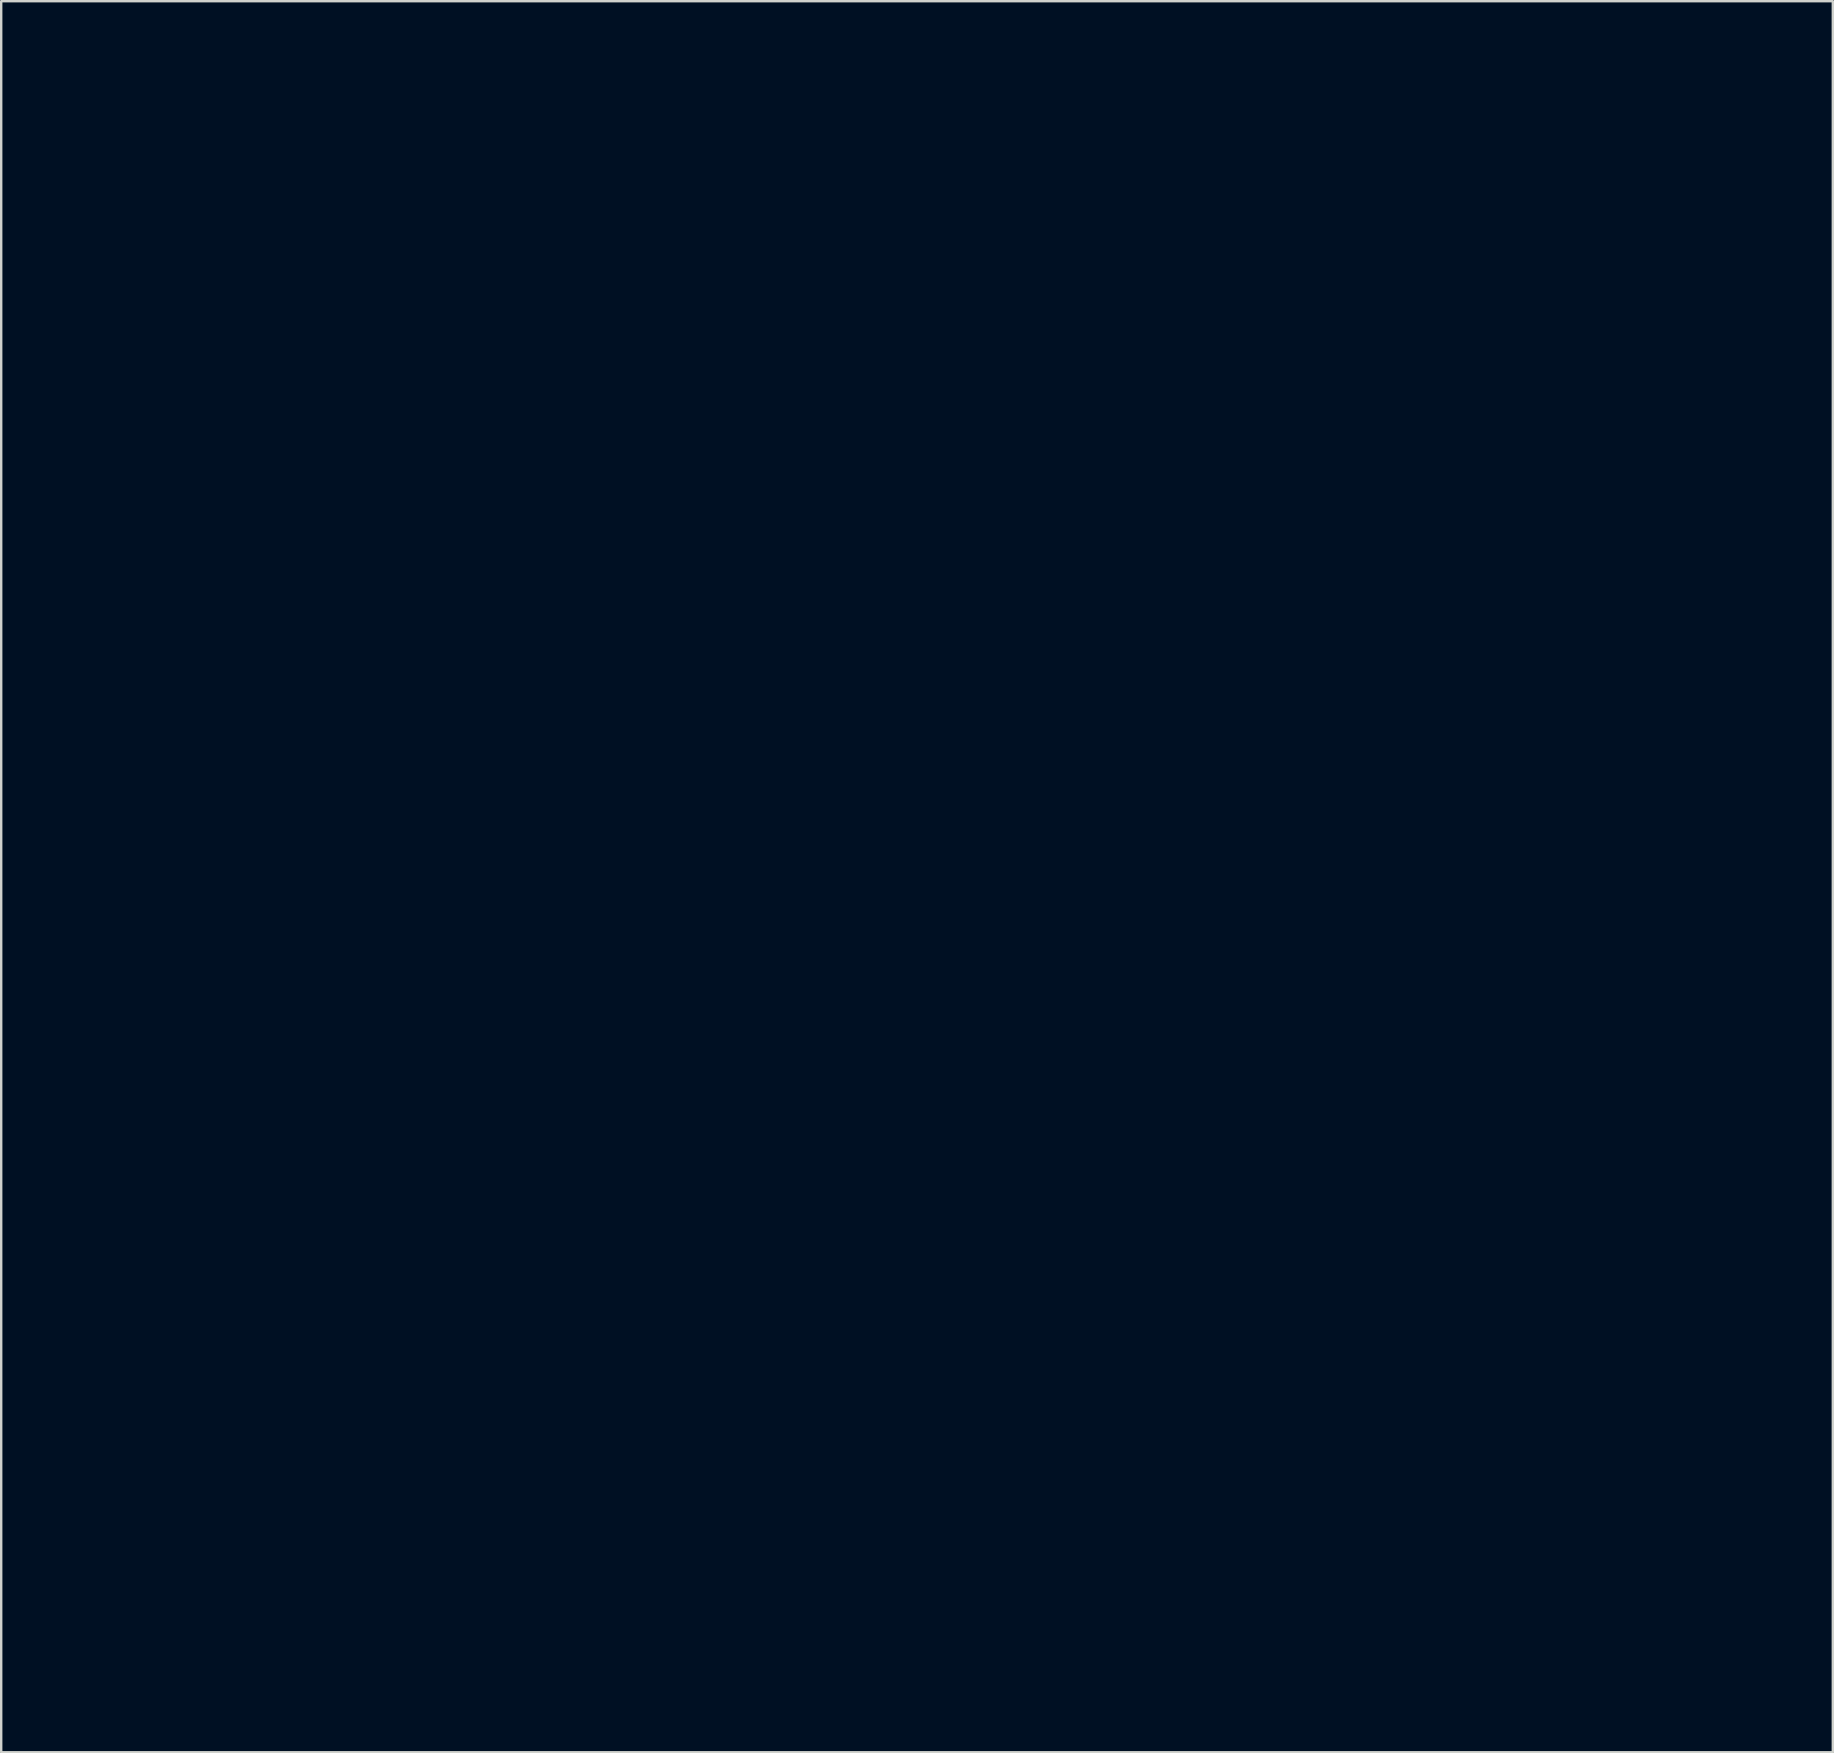
<source format=kicad_pcb>
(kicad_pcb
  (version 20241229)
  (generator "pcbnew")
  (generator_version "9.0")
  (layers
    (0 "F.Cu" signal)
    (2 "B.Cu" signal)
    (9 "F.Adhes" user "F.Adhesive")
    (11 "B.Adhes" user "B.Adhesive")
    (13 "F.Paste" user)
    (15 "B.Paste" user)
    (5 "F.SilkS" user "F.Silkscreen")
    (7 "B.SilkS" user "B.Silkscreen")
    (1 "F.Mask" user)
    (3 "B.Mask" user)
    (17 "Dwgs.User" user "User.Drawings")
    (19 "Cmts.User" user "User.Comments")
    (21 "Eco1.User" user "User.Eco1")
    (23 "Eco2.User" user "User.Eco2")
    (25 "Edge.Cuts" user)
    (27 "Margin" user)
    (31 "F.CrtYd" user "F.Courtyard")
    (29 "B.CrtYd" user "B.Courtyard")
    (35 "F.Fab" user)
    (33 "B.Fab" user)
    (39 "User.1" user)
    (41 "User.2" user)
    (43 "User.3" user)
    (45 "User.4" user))
  (footprint "Stackup_4_layers"
    (layer "F.Cu")
    (at 0.25 1.348)
    (property "Reference" "Stackup_4_layers" (at 63.5 -0.5 0) (layer "Eco1.User") (effects (font (size 1 1) (thickness 0.15))))
    (attr through_hole)
    (fp_line (start 0.6 0.5) (end 25.6 0.5) (stroke (width 0.2) (type solid)) (layer "Eco1.User"))
    (fp_line (start 0.6 9) (end 0.6 0.5) (stroke (width 0.2) (type solid)) (layer "Eco1.User"))
    (fp_line (start 0.6 9) (end 25.6 9) (stroke (width 0.2) (type solid)) (layer "Eco1.User"))
    (fp_line (start 0.6 13.5) (end 0.6 9) (stroke (width 0.2) (type solid)) (layer "Eco1.User"))
    (fp_line (start 0.6 13.5) (end 25.6 13.5) (stroke (width 0.2) (type solid)) (layer "Eco1.User"))
    (fp_line (start 0.6 18) (end 0.6 13.5) (stroke (width 0.2) (type solid)) (layer "Eco1.User"))
    (fp_line (start 0.6 18) (end 25.6 18) (stroke (width 0.2) (type solid)) (layer "Eco1.User"))
    (fp_line (start 0.6 22.5) (end 0.6 18) (stroke (width 0.2) (type solid)) (layer "Eco1.User"))
    (fp_line (start 0.6 22.5) (end 25.6 22.5) (stroke (width 0.2) (type solid)) (layer "Eco1.User"))
    (fp_line (start 0.6 27) (end 0.6 22.5) (stroke (width 0.2) (type solid)) (layer "Eco1.User"))
    (fp_line (start 0.6 27) (end 25.6 27) (stroke (width 0.2) (type solid)) (layer "Eco1.User"))
    (fp_line (start 0.6 31.5) (end 0.6 27) (stroke (width 0.2) (type solid)) (layer "Eco1.User"))
    (fp_line (start 0.6 31.5) (end 25.6 31.5) (stroke (width 0.2) (type solid)) (layer "Eco1.User"))
    (fp_line (start 0.6 36) (end 0.6 31.5) (stroke (width 0.2) (type solid)) (layer "Eco1.User"))
    (fp_line (start 0.6 36) (end 25.6 36) (stroke (width 0.2) (type solid)) (layer "Eco1.User"))
    (fp_line (start 0.6 40.5) (end 0.6 36) (stroke (width 0.2) (type solid)) (layer "Eco1.User"))
    (fp_line (start 0.6 40.5) (end 25.6 40.5) (stroke (width 0.2) (type solid)) (layer "Eco1.User"))
    (fp_line (start 0.6 45) (end 0.6 40.5) (stroke (width 0.2) (type solid)) (layer "Eco1.User"))
    (fp_line (start 0.6 45) (end 25.6 45) (stroke (width 0.2) (type solid)) (layer "Eco1.User"))
    (fp_line (start 0.6 49.5) (end 0.6 45) (stroke (width 0.2) (type solid)) (layer "Eco1.User"))
    (fp_line (start 0.6 49.5) (end 25.6 49.5) (stroke (width 0.2) (type solid)) (layer "Eco1.User"))
    (fp_line (start 0.6 54) (end 0.6 49.5) (stroke (width 0.2) (type solid)) (layer "Eco1.User"))
    (fp_line (start 0.6 54) (end 25.6 54) (stroke (width 0.2) (type solid)) (layer "Eco1.User"))
    (fp_line (start 0.6 58.5) (end 0.6 54) (stroke (width 0.2) (type solid)) (layer "Eco1.User"))
    (fp_line (start 0.6 61) (end 25.6 61) (stroke (width 0.2) (type solid)) (layer "Eco1.User"))
    (fp_line (start 0.6 65.5) (end 0.6 61) (stroke (width 0.2) (type solid)) (layer "Eco1.User"))
    (fp_line (start 25.6 0.5) (end 25.6 9) (stroke (width 0.2) (type solid)) (layer "Eco1.User"))
    (fp_line (start 25.6 0.5) (end 65.5 0.5) (stroke (width 0.2) (type solid)) (layer "Eco1.User"))
    (fp_line (start 25.6 9) (end 0.6 9) (stroke (width 0.2) (type solid)) (layer "Eco1.User"))
    (fp_line (start 25.6 9) (end 25.6 0.5) (stroke (width 0.2) (type solid)) (layer "Eco1.User"))
    (fp_line (start 25.6 9) (end 25.6 13.5) (stroke (width 0.2) (type solid)) (layer "Eco1.User"))
    (fp_line (start 25.6 9) (end 35.6 9) (stroke (width 0.2) (type solid)) (layer "Eco1.User"))
    (fp_line (start 25.6 13.5) (end 0.6 13.5) (stroke (width 0.2) (type solid)) (layer "Eco1.User"))
    (fp_line (start 25.6 13.5) (end 25.6 9) (stroke (width 0.2) (type solid)) (layer "Eco1.User"))
    (fp_line (start 25.6 13.5) (end 25.6 18) (stroke (width 0.2) (type solid)) (layer "Eco1.User"))
    (fp_line (start 25.6 13.5) (end 35.6 13.5) (stroke (width 0.2) (type solid)) (layer "Eco1.User"))
    (fp_line (start 25.6 18) (end 0.6 18) (stroke (width 0.2) (type solid)) (layer "Eco1.User"))
    (fp_line (start 25.6 18) (end 25.6 13.5) (stroke (width 0.2) (type solid)) (layer "Eco1.User"))
    (fp_line (start 25.6 18) (end 25.6 22.5) (stroke (width 0.2) (type solid)) (layer "Eco1.User"))
    (fp_line (start 25.6 18) (end 35.6 18) (stroke (width 0.2) (type solid)) (layer "Eco1.User"))
    (fp_line (start 25.6 22.5) (end 0.6 22.5) (stroke (width 0.2) (type solid)) (layer "Eco1.User"))
    (fp_line (start 25.6 22.5) (end 25.6 18) (stroke (width 0.2) (type solid)) (layer "Eco1.User"))
    (fp_line (start 25.6 22.5) (end 25.6 27) (stroke (width 0.2) (type solid)) (layer "Eco1.User"))
    (fp_line (start 25.6 22.5) (end 35.6 22.5) (stroke (width 0.2) (type solid)) (layer "Eco1.User"))
    (fp_line (start 25.6 27) (end 0.6 27) (stroke (width 0.2) (type solid)) (layer "Eco1.User"))
    (fp_line (start 25.6 27) (end 25.6 22.5) (stroke (width 0.2) (type solid)) (layer "Eco1.User"))
    (fp_line (start 25.6 27) (end 25.6 31.5) (stroke (width 0.2) (type solid)) (layer "Eco1.User"))
    (fp_line (start 25.6 27) (end 35.6 27) (stroke (width 0.2) (type solid)) (layer "Eco1.User"))
    (fp_line (start 25.6 31.5) (end 0.6 31.5) (stroke (width 0.2) (type solid)) (layer "Eco1.User"))
    (fp_line (start 25.6 31.5) (end 25.6 27) (stroke (width 0.2) (type solid)) (layer "Eco1.User"))
    (fp_line (start 25.6 31.5) (end 25.6 36) (stroke (width 0.2) (type solid)) (layer "Eco1.User"))
    (fp_line (start 25.6 31.5) (end 35.6 31.5) (stroke (width 0.2) (type solid)) (layer "Eco1.User"))
    (fp_line (start 25.6 36) (end 0.6 36) (stroke (width 0.2) (type solid)) (layer "Eco1.User"))
    (fp_line (start 25.6 36) (end 25.6 31.5) (stroke (width 0.2) (type solid)) (layer "Eco1.User"))
    (fp_line (start 25.6 36) (end 25.6 40.5) (stroke (width 0.2) (type solid)) (layer "Eco1.User"))
    (fp_line (start 25.6 36) (end 35.6 36) (stroke (width 0.2) (type solid)) (layer "Eco1.User"))
    (fp_line (start 25.6 40.5) (end 0.6 40.5) (stroke (width 0.2) (type solid)) (layer "Eco1.User"))
    (fp_line (start 25.6 40.5) (end 25.6 36) (stroke (width 0.2) (type solid)) (layer "Eco1.User"))
    (fp_line (start 25.6 40.5) (end 25.6 45) (stroke (width 0.2) (type solid)) (layer "Eco1.User"))
    (fp_line (start 25.6 40.5) (end 35.6 40.5) (stroke (width 0.2) (type solid)) (layer "Eco1.User"))
    (fp_line (start 25.6 45) (end 0.6 45) (stroke (width 0.2) (type solid)) (layer "Eco1.User"))
    (fp_line (start 25.6 45) (end 25.6 40.5) (stroke (width 0.2) (type solid)) (layer "Eco1.User"))
    (fp_line (start 25.6 45) (end 25.6 49.5) (stroke (width 0.2) (type solid)) (layer "Eco1.User"))
    (fp_line (start 25.6 45) (end 35.6 45) (stroke (width 0.2) (type solid)) (layer "Eco1.User"))
    (fp_line (start 25.6 49.5) (end 0.6 49.5) (stroke (width 0.2) (type solid)) (layer "Eco1.User"))
    (fp_line (start 25.6 49.5) (end 25.6 45) (stroke (width 0.2) (type solid)) (layer "Eco1.User"))
    (fp_line (start 25.6 49.5) (end 25.6 54) (stroke (width 0.2) (type solid)) (layer "Eco1.User"))
    (fp_line (start 25.6 49.5) (end 35.6 49.5) (stroke (width 0.2) (type solid)) (layer "Eco1.User"))
    (fp_line (start 25.6 54) (end 0.6 54) (stroke (width 0.2) (type solid)) (layer "Eco1.User"))
    (fp_line (start 25.6 54) (end 25.6 49.5) (stroke (width 0.2) (type solid)) (layer "Eco1.User"))
    (fp_line (start 25.6 54) (end 25.6 58.5) (stroke (width 0.2) (type solid)) (layer "Eco1.User"))
    (fp_line (start 25.6 54) (end 35.6 54) (stroke (width 0.2) (type solid)) (layer "Eco1.User"))
    (fp_line (start 25.6 58.5) (end 0.6 58.5) (stroke (width 0.2) (type solid)) (layer "Eco1.User"))
    (fp_line (start 25.6 58.5) (end 25.6 54) (stroke (width 0.2) (type solid)) (layer "Eco1.User"))
    (fp_line (start 25.6 61) (end 25.6 65.5) (stroke (width 0.2) (type solid)) (layer "Eco1.User"))
    (fp_line (start 25.6 61) (end 35.6 61) (stroke (width 0.2) (type solid)) (layer "Eco1.User"))
    (fp_line (start 25.6 65.5) (end 0.6 65.5) (stroke (width 0.2) (type solid)) (layer "Eco1.User"))
    (fp_line (start 25.6 65.5) (end 25.6 61) (stroke (width 0.2) (type solid)) (layer "Eco1.User"))
    (fp_line (start 35.5 9) (end 35.5 5) (stroke (width 0.2) (type solid)) (layer "Eco1.User"))
    (fp_line (start 35.6 9) (end 35.6 13.5) (stroke (width 0.2) (type solid)) (layer "Eco1.User"))
    (fp_line (start 35.6 9) (end 45.6 9) (stroke (width 0.2) (type solid)) (layer "Eco1.User"))
    (fp_line (start 35.6 13.5) (end 25.6 13.5) (stroke (width 0.2) (type solid)) (layer "Eco1.User"))
    (fp_line (start 35.6 13.5) (end 35.6 9) (stroke (width 0.2) (type solid)) (layer "Eco1.User"))
    (fp_line (start 35.6 13.5) (end 35.6 18) (stroke (width 0.2) (type solid)) (layer "Eco1.User"))
    (fp_line (start 35.6 13.5) (end 45.6 13.5) (stroke (width 0.2) (type solid)) (layer "Eco1.User"))
    (fp_line (start 35.6 18) (end 25.6 18) (stroke (width 0.2) (type solid)) (layer "Eco1.User"))
    (fp_line (start 35.6 18) (end 35.6 13.5) (stroke (width 0.2) (type solid)) (layer "Eco1.User"))
    (fp_line (start 35.6 18) (end 35.6 22.5) (stroke (width 0.2) (type solid)) (layer "Eco1.User"))
    (fp_line (start 35.6 18) (end 45.6 18) (stroke (width 0.2) (type solid)) (layer "Eco1.User"))
    (fp_line (start 35.6 22.5) (end 25.6 22.5) (stroke (width 0.2) (type solid)) (layer "Eco1.User"))
    (fp_line (start 35.6 22.5) (end 35.6 18) (stroke (width 0.2) (type solid)) (layer "Eco1.User"))
    (fp_line (start 35.6 22.5) (end 35.6 27) (stroke (width 0.2) (type solid)) (layer "Eco1.User"))
    (fp_line (start 35.6 22.5) (end 45.6 22.5) (stroke (width 0.2) (type solid)) (layer "Eco1.User"))
    (fp_line (start 35.6 27) (end 25.6 27) (stroke (width 0.2) (type solid)) (layer "Eco1.User"))
    (fp_line (start 35.6 27) (end 35.6 22.5) (stroke (width 0.2) (type solid)) (layer "Eco1.User"))
    (fp_line (start 35.6 27) (end 35.6 31.5) (stroke (width 0.2) (type solid)) (layer "Eco1.User"))
    (fp_line (start 35.6 27) (end 45.6 27) (stroke (width 0.2) (type solid)) (layer "Eco1.User"))
    (fp_line (start 35.6 31.5) (end 25.6 31.5) (stroke (width 0.2) (type solid)) (layer "Eco1.User"))
    (fp_line (start 35.6 31.5) (end 35.6 27) (stroke (width 0.2) (type solid)) (layer "Eco1.User"))
    (fp_line (start 35.6 31.5) (end 35.6 36) (stroke (width 0.2) (type solid)) (layer "Eco1.User"))
    (fp_line (start 35.6 31.5) (end 45.6 31.5) (stroke (width 0.2) (type solid)) (layer "Eco1.User"))
    (fp_line (start 35.6 36) (end 25.6 36) (stroke (width 0.2) (type solid)) (layer "Eco1.User"))
    (fp_line (start 35.6 36) (end 35.6 31.5) (stroke (width 0.2) (type solid)) (layer "Eco1.User"))
    (fp_line (start 35.6 36) (end 35.6 40.5) (stroke (width 0.2) (type solid)) (layer "Eco1.User"))
    (fp_line (start 35.6 36) (end 45.6 36) (stroke (width 0.2) (type solid)) (layer "Eco1.User"))
    (fp_line (start 35.6 40.5) (end 25.6 40.5) (stroke (width 0.2) (type solid)) (layer "Eco1.User"))
    (fp_line (start 35.6 40.5) (end 35.6 36) (stroke (width 0.2) (type solid)) (layer "Eco1.User"))
    (fp_line (start 35.6 40.5) (end 35.6 45) (stroke (width 0.2) (type solid)) (layer "Eco1.User"))
    (fp_line (start 35.6 40.5) (end 45.6 40.5) (stroke (width 0.2) (type solid)) (layer "Eco1.User"))
    (fp_line (start 35.6 45) (end 25.6 45) (stroke (width 0.2) (type solid)) (layer "Eco1.User"))
    (fp_line (start 35.6 45) (end 35.6 40.5) (stroke (width 0.2) (type solid)) (layer "Eco1.User"))
    (fp_line (start 35.6 45) (end 35.6 49.5) (stroke (width 0.2) (type solid)) (layer "Eco1.User"))
    (fp_line (start 35.6 45) (end 45.6 45) (stroke (width 0.2) (type solid)) (layer "Eco1.User"))
    (fp_line (start 35.6 49.5) (end 25.6 49.5) (stroke (width 0.2) (type solid)) (layer "Eco1.User"))
    (fp_line (start 35.6 49.5) (end 35.6 45) (stroke (width 0.2) (type solid)) (layer "Eco1.User"))
    (fp_line (start 35.6 49.5) (end 35.6 54) (stroke (width 0.2) (type solid)) (layer "Eco1.User"))
    (fp_line (start 35.6 49.5) (end 45.6 49.5) (stroke (width 0.2) (type solid)) (layer "Eco1.User"))
    (fp_line (start 35.6 54) (end 25.6 54) (stroke (width 0.2) (type solid)) (layer "Eco1.User"))
    (fp_line (start 35.6 54) (end 35.6 49.5) (stroke (width 0.2) (type solid)) (layer "Eco1.User"))
    (fp_line (start 35.6 54) (end 35.6 58.5) (stroke (width 0.2) (type solid)) (layer "Eco1.User"))
    (fp_line (start 35.6 54) (end 45.6 54) (stroke (width 0.2) (type solid)) (layer "Eco1.User"))
    (fp_line (start 35.6 58.5) (end 25.6 58.5) (stroke (width 0.2) (type solid)) (layer "Eco1.User"))
    (fp_line (start 35.6 58.5) (end 35.6 54) (stroke (width 0.2) (type solid)) (layer "Eco1.User"))
    (fp_line (start 35.6 61) (end 35.6 65.5) (stroke (width 0.2) (type solid)) (layer "Eco1.User"))
    (fp_line (start 35.6 61) (end 45.6 61) (stroke (width 0.2) (type solid)) (layer "Eco1.User"))
    (fp_line (start 35.6 65.5) (end 25.6 65.5) (stroke (width 0.2) (type solid)) (layer "Eco1.User"))
    (fp_line (start 35.6 65.5) (end 35.6 61) (stroke (width 0.2) (type solid)) (layer "Eco1.User"))
    (fp_line (start 45.5 9) (end 45.5 5) (stroke (width 0.2) (type solid)) (layer "Eco1.User"))
    (fp_line (start 45.6 9) (end 45.6 13.5) (stroke (width 0.2) (type solid)) (layer "Eco1.User"))
    (fp_line (start 45.6 9) (end 55.6 9) (stroke (width 0.2) (type solid)) (layer "Eco1.User"))
    (fp_line (start 45.6 13.5) (end 35.6 13.5) (stroke (width 0.2) (type solid)) (layer "Eco1.User"))
    (fp_line (start 45.6 13.5) (end 45.6 9) (stroke (width 0.2) (type solid)) (layer "Eco1.User"))
    (fp_line (start 45.6 13.5) (end 45.6 18) (stroke (width 0.2) (type solid)) (layer "Eco1.User"))
    (fp_line (start 45.6 13.5) (end 55.6 13.5) (stroke (width 0.2) (type solid)) (layer "Eco1.User"))
    (fp_line (start 45.6 18) (end 35.6 18) (stroke (width 0.2) (type solid)) (layer "Eco1.User"))
    (fp_line (start 45.6 18) (end 45.6 13.5) (stroke (width 0.2) (type solid)) (layer "Eco1.User"))
    (fp_line (start 45.6 18) (end 45.6 22.5) (stroke (width 0.2) (type solid)) (layer "Eco1.User"))
    (fp_line (start 45.6 18) (end 55.6 18) (stroke (width 0.2) (type solid)) (layer "Eco1.User"))
    (fp_line (start 45.6 22.5) (end 35.6 22.5) (stroke (width 0.2) (type solid)) (layer "Eco1.User"))
    (fp_line (start 45.6 22.5) (end 45.6 18) (stroke (width 0.2) (type solid)) (layer "Eco1.User"))
    (fp_line (start 45.6 22.5) (end 45.6 27) (stroke (width 0.2) (type solid)) (layer "Eco1.User"))
    (fp_line (start 45.6 22.5) (end 55.6 22.5) (stroke (width 0.2) (type solid)) (layer "Eco1.User"))
    (fp_line (start 45.6 27) (end 35.6 27) (stroke (width 0.2) (type solid)) (layer "Eco1.User"))
    (fp_line (start 45.6 27) (end 45.6 22.5) (stroke (width 0.2) (type solid)) (layer "Eco1.User"))
    (fp_line (start 45.6 27) (end 45.6 31.5) (stroke (width 0.2) (type solid)) (layer "Eco1.User"))
    (fp_line (start 45.6 27) (end 55.6 27) (stroke (width 0.2) (type solid)) (layer "Eco1.User"))
    (fp_line (start 45.6 31.5) (end 35.6 31.5) (stroke (width 0.2) (type solid)) (layer "Eco1.User"))
    (fp_line (start 45.6 31.5) (end 45.6 27) (stroke (width 0.2) (type solid)) (layer "Eco1.User"))
    (fp_line (start 45.6 31.5) (end 45.6 36) (stroke (width 0.2) (type solid)) (layer "Eco1.User"))
    (fp_line (start 45.6 31.5) (end 55.6 31.5) (stroke (width 0.2) (type solid)) (layer "Eco1.User"))
    (fp_line (start 45.6 36) (end 35.6 36) (stroke (width 0.2) (type solid)) (layer "Eco1.User"))
    (fp_line (start 45.6 36) (end 45.6 31.5) (stroke (width 0.2) (type solid)) (layer "Eco1.User"))
    (fp_line (start 45.6 36) (end 45.6 40.5) (stroke (width 0.2) (type solid)) (layer "Eco1.User"))
    (fp_line (start 45.6 36) (end 55.6 36) (stroke (width 0.2) (type solid)) (layer "Eco1.User"))
    (fp_line (start 45.6 40.5) (end 35.6 40.5) (stroke (width 0.2) (type solid)) (layer "Eco1.User"))
    (fp_line (start 45.6 40.5) (end 45.6 36) (stroke (width 0.2) (type solid)) (layer "Eco1.User"))
    (fp_line (start 45.6 40.5) (end 45.6 45) (stroke (width 0.2) (type solid)) (layer "Eco1.User"))
    (fp_line (start 45.6 40.5) (end 55.6 40.5) (stroke (width 0.2) (type solid)) (layer "Eco1.User"))
    (fp_line (start 45.6 45) (end 35.6 45) (stroke (width 0.2) (type solid)) (layer "Eco1.User"))
    (fp_line (start 45.6 45) (end 45.6 40.5) (stroke (width 0.2) (type solid)) (layer "Eco1.User"))
    (fp_line (start 45.6 45) (end 45.6 49.5) (stroke (width 0.2) (type solid)) (layer "Eco1.User"))
    (fp_line (start 45.6 45) (end 55.6 45) (stroke (width 0.2) (type solid)) (layer "Eco1.User"))
    (fp_line (start 45.6 49.5) (end 35.6 49.5) (stroke (width 0.2) (type solid)) (layer "Eco1.User"))
    (fp_line (start 45.6 49.5) (end 45.6 45) (stroke (width 0.2) (type solid)) (layer "Eco1.User"))
    (fp_line (start 45.6 49.5) (end 45.6 54) (stroke (width 0.2) (type solid)) (layer "Eco1.User"))
    (fp_line (start 45.6 49.5) (end 55.6 49.5) (stroke (width 0.2) (type solid)) (layer "Eco1.User"))
    (fp_line (start 45.6 54) (end 35.6 54) (stroke (width 0.2) (type solid)) (layer "Eco1.User"))
    (fp_line (start 45.6 54) (end 45.6 49.5) (stroke (width 0.2) (type solid)) (layer "Eco1.User"))
    (fp_line (start 45.6 54) (end 45.6 58.5) (stroke (width 0.2) (type solid)) (layer "Eco1.User"))
    (fp_line (start 45.6 54) (end 55.6 54) (stroke (width 0.2) (type solid)) (layer "Eco1.User"))
    (fp_line (start 45.6 58.5) (end 35.6 58.5) (stroke (width 0.2) (type solid)) (layer "Eco1.User"))
    (fp_line (start 45.6 58.5) (end 45.6 54) (stroke (width 0.2) (type solid)) (layer "Eco1.User"))
    (fp_line (start 45.6 61) (end 45.6 65.5) (stroke (width 0.2) (type solid)) (layer "Eco1.User"))
    (fp_line (start 45.6 61) (end 55.6 61) (stroke (width 0.2) (type solid)) (layer "Eco1.User"))
    (fp_line (start 45.6 65.5) (end 35.6 65.5) (stroke (width 0.2) (type solid)) (layer "Eco1.User"))
    (fp_line (start 45.6 65.5) (end 45.6 61) (stroke (width 0.2) (type solid)) (layer "Eco1.User"))
    (fp_line (start 55.5 9) (end 55.5 5) (stroke (width 0.2) (type solid)) (layer "Eco1.User"))
    (fp_line (start 55.6 9) (end 55.6 13.5) (stroke (width 0.2) (type solid)) (layer "Eco1.User"))
    (fp_line (start 55.6 9) (end 65.6 9) (stroke (width 0.2) (type solid)) (layer "Eco1.User"))
    (fp_line (start 55.6 13.5) (end 45.6 13.5) (stroke (width 0.2) (type solid)) (layer "Eco1.User"))
    (fp_line (start 55.6 13.5) (end 55.6 9) (stroke (width 0.2) (type solid)) (layer "Eco1.User"))
    (fp_line (start 55.6 13.5) (end 55.6 18) (stroke (width 0.2) (type solid)) (layer "Eco1.User"))
    (fp_line (start 55.6 13.5) (end 65.6 13.5) (stroke (width 0.2) (type solid)) (layer "Eco1.User"))
    (fp_line (start 55.6 18) (end 45.6 18) (stroke (width 0.2) (type solid)) (layer "Eco1.User"))
    (fp_line (start 55.6 18) (end 55.6 13.5) (stroke (width 0.2) (type solid)) (layer "Eco1.User"))
    (fp_line (start 55.6 18) (end 55.6 22.5) (stroke (width 0.2) (type solid)) (layer "Eco1.User"))
    (fp_line (start 55.6 18) (end 65.6 18) (stroke (width 0.2) (type solid)) (layer "Eco1.User"))
    (fp_line (start 55.6 22.5) (end 45.6 22.5) (stroke (width 0.2) (type solid)) (layer "Eco1.User"))
    (fp_line (start 55.6 22.5) (end 55.6 18) (stroke (width 0.2) (type solid)) (layer "Eco1.User"))
    (fp_line (start 55.6 22.5) (end 55.6 27) (stroke (width 0.2) (type solid)) (layer "Eco1.User"))
    (fp_line (start 55.6 22.5) (end 65.6 22.5) (stroke (width 0.2) (type solid)) (layer "Eco1.User"))
    (fp_line (start 55.6 27) (end 45.6 27) (stroke (width 0.2) (type solid)) (layer "Eco1.User"))
    (fp_line (start 55.6 27) (end 55.6 22.5) (stroke (width 0.2) (type solid)) (layer "Eco1.User"))
    (fp_line (start 55.6 27) (end 55.6 31.5) (stroke (width 0.2) (type solid)) (layer "Eco1.User"))
    (fp_line (start 55.6 27) (end 65.6 27) (stroke (width 0.2) (type solid)) (layer "Eco1.User"))
    (fp_line (start 55.6 31.5) (end 45.6 31.5) (stroke (width 0.2) (type solid)) (layer "Eco1.User"))
    (fp_line (start 55.6 31.5) (end 55.6 27) (stroke (width 0.2) (type solid)) (layer "Eco1.User"))
    (fp_line (start 55.6 31.5) (end 55.6 36) (stroke (width 0.2) (type solid)) (layer "Eco1.User"))
    (fp_line (start 55.6 31.5) (end 65.6 31.5) (stroke (width 0.2) (type solid)) (layer "Eco1.User"))
    (fp_line (start 55.6 36) (end 45.6 36) (stroke (width 0.2) (type solid)) (layer "Eco1.User"))
    (fp_line (start 55.6 36) (end 55.6 31.5) (stroke (width 0.2) (type solid)) (layer "Eco1.User"))
    (fp_line (start 55.6 36) (end 55.6 40.5) (stroke (width 0.2) (type solid)) (layer "Eco1.User"))
    (fp_line (start 55.6 36) (end 65.6 36) (stroke (width 0.2) (type solid)) (layer "Eco1.User"))
    (fp_line (start 55.6 40.5) (end 45.6 40.5) (stroke (width 0.2) (type solid)) (layer "Eco1.User"))
    (fp_line (start 55.6 40.5) (end 55.6 36) (stroke (width 0.2) (type solid)) (layer "Eco1.User"))
    (fp_line (start 55.6 40.5) (end 55.6 45) (stroke (width 0.2) (type solid)) (layer "Eco1.User"))
    (fp_line (start 55.6 40.5) (end 65.6 40.5) (stroke (width 0.2) (type solid)) (layer "Eco1.User"))
    (fp_line (start 55.6 45) (end 45.6 45) (stroke (width 0.2) (type solid)) (layer "Eco1.User"))
    (fp_line (start 55.6 45) (end 55.6 40.5) (stroke (width 0.2) (type solid)) (layer "Eco1.User"))
    (fp_line (start 55.6 45) (end 55.6 49.5) (stroke (width 0.2) (type solid)) (layer "Eco1.User"))
    (fp_line (start 55.6 45) (end 65.6 45) (stroke (width 0.2) (type solid)) (layer "Eco1.User"))
    (fp_line (start 55.6 49.5) (end 45.6 49.5) (stroke (width 0.2) (type solid)) (layer "Eco1.User"))
    (fp_line (start 55.6 49.5) (end 55.6 45) (stroke (width 0.2) (type solid)) (layer "Eco1.User"))
    (fp_line (start 55.6 49.5) (end 55.6 54) (stroke (width 0.2) (type solid)) (layer "Eco1.User"))
    (fp_line (start 55.6 49.5) (end 65.6 49.5) (stroke (width 0.2) (type solid)) (layer "Eco1.User"))
    (fp_line (start 55.6 54) (end 45.6 54) (stroke (width 0.2) (type solid)) (layer "Eco1.User"))
    (fp_line (start 55.6 54) (end 55.6 49.5) (stroke (width 0.2) (type solid)) (layer "Eco1.User"))
    (fp_line (start 55.6 54) (end 55.6 58.5) (stroke (width 0.2) (type solid)) (layer "Eco1.User"))
    (fp_line (start 55.6 54) (end 65.6 54) (stroke (width 0.2) (type solid)) (layer "Eco1.User"))
    (fp_line (start 55.6 58.5) (end 45.6 58.5) (stroke (width 0.2) (type solid)) (layer "Eco1.User"))
    (fp_line (start 55.6 58.5) (end 55.6 54) (stroke (width 0.2) (type solid)) (layer "Eco1.User"))
    (fp_line (start 55.6 61) (end 55.6 65.5) (stroke (width 0.2) (type solid)) (layer "Eco1.User"))
    (fp_line (start 55.6 61) (end 65.6 61) (stroke (width 0.2) (type solid)) (layer "Eco1.User"))
    (fp_line (start 55.6 65.5) (end 45.6 65.5) (stroke (width 0.2) (type solid)) (layer "Eco1.User"))
    (fp_line (start 55.6 65.5) (end 55.6 61) (stroke (width 0.2) (type solid)) (layer "Eco1.User"))
    (fp_line (start 65.5 0.5) (end 65.5 9) (stroke (width 0.2) (type solid)) (layer "Eco1.User"))
    (fp_line (start 65.5 9) (end 25.6 9) (stroke (width 0.2) (type solid)) (layer "Eco1.User"))
    (fp_line (start 65.5 9) (end 65.5 5) (stroke (width 0.2) (type solid)) (layer "Eco1.User"))
    (fp_line (start 65.6 9) (end 65.6 13.5) (stroke (width 0.2) (type solid)) (layer "Eco1.User"))
    (fp_line (start 65.6 13.5) (end 55.6 13.5) (stroke (width 0.2) (type solid)) (layer "Eco1.User"))
    (fp_line (start 65.6 13.5) (end 65.6 18) (stroke (width 0.2) (type solid)) (layer "Eco1.User"))
    (fp_line (start 65.6 18) (end 55.6 18) (stroke (width 0.2) (type solid)) (layer "Eco1.User"))
    (fp_line (start 65.6 18) (end 65.6 22.5) (stroke (width 0.2) (type solid)) (layer "Eco1.User"))
    (fp_line (start 65.6 22.5) (end 55.6 22.5) (stroke (width 0.2) (type solid)) (layer "Eco1.User"))
    (fp_line (start 65.6 22.5) (end 65.6 27) (stroke (width 0.2) (type solid)) (layer "Eco1.User"))
    (fp_line (start 65.6 27) (end 55.6 27) (stroke (width 0.2) (type solid)) (layer "Eco1.User"))
    (fp_line (start 65.6 27) (end 65.6 31.5) (stroke (width 0.2) (type solid)) (layer "Eco1.User"))
    (fp_line (start 65.6 31.5) (end 55.6 31.5) (stroke (width 0.2) (type solid)) (layer "Eco1.User"))
    (fp_line (start 65.6 31.5) (end 65.6 36) (stroke (width 0.2) (type solid)) (layer "Eco1.User"))
    (fp_line (start 65.6 36) (end 55.6 36) (stroke (width 0.2) (type solid)) (layer "Eco1.User"))
    (fp_line (start 65.6 36) (end 65.6 40.5) (stroke (width 0.2) (type solid)) (layer "Eco1.User"))
    (fp_line (start 65.6 40.5) (end 55.6 40.5) (stroke (width 0.2) (type solid)) (layer "Eco1.User"))
    (fp_line (start 65.6 40.5) (end 65.6 45) (stroke (width 0.2) (type solid)) (layer "Eco1.User"))
    (fp_line (start 65.6 45) (end 55.6 45) (stroke (width 0.2) (type solid)) (layer "Eco1.User"))
    (fp_line (start 65.6 45) (end 65.6 49.5) (stroke (width 0.2) (type solid)) (layer "Eco1.User"))
    (fp_line (start 65.6 49.5) (end 55.6 49.5) (stroke (width 0.2) (type solid)) (layer "Eco1.User"))
    (fp_line (start 65.6 49.5) (end 65.6 54) (stroke (width 0.2) (type solid)) (layer "Eco1.User"))
    (fp_line (start 65.6 54) (end 55.6 54) (stroke (width 0.2) (type solid)) (layer "Eco1.User"))
    (fp_line (start 65.6 54) (end 65.6 58.5) (stroke (width 0.2) (type solid)) (layer "Eco1.User"))
    (fp_line (start 65.6 58.5) (end 55.6 58.5) (stroke (width 0.2) (type solid)) (layer "Eco1.User"))
    (fp_line (start 65.6 61) (end 65.6 65.5) (stroke (width 0.2) (type solid)) (layer "Eco1.User"))
    (fp_line (start 65.6 65.5) (end 55.6 65.5) (stroke (width 0.2) (type solid)) (layer "Eco1.User"))
    (fp_text user "90um" (at 36.6 19 0) (layer "Eco1.User") (effects (font (size 2.032 1.829) (thickness 0.254)) (justify left top)))
    (fp_text user "35um" (at 46.6 37 0) (layer "Eco1.User") (effects (font (size 2.032 1.829) (thickness 0.254)) (justify left top)))
    (fp_text user "35um" (at 26.6 28 0) (layer "Eco1.User") (effects (font (size 2.032 1.829) (thickness 0.254)) (justify left top)))
    (fp_text user "175um" (at 45.6 41.5 0) (layer "Eco1.User") (effects (font (size 2.032 1.829) (thickness 0.254)) (justify left top)))
    (fp_text user "65um" (at 26.6 46 0) (layer "Eco1.User") (effects (font (size 2.032 1.829) (thickness 0.254)) (justify left top)))
    (fp_text user "500um" (at 35.6 32.5 0) (layer "Eco1.User") (effects (font (size 2.032 1.829) (thickness 0.254)) (justify left top)))
    (fp_text user "17um" (at 26.6 55 0) (layer "Eco1.User") (effects (font (size 2.032 1.829) (thickness 0.254)) (justify left top)))
    (fp_text user "35um" (at 26.6 37 0) (layer "Eco1.User") (effects (font (size 2.032 1.829) (thickness 0.254)) (justify left top)))
    (fp_text user "17um" (at 46.6 10 0) (layer "Eco1.User") (effects (font (size 2.032 1.829) (thickness 0.254)) (justify left top)))
    (fp_text user "Prepeg 7628" (at 1.6 41.5 0) (layer "Eco1.User") (effects (font (size 2.032 1.829) (thickness 0.254)) (justify left top)))
    (fp_text user "35um" (at 56.6 28 0) (layer "Eco1.User") (effects (font (size 2.032 1.829) (thickness 0.254)) (justify left top)))
    (fp_text user "17um" (at 56.6 14.5 0) (layer "Eco1.User") (effects (font (size 2.032 1.829) (thickness 0.254)) (justify left top)))
    (fp_text user "Layer 3" (at 1.6 37 0) (layer "Eco1.User") (effects (font (size 2.032 1.829) (thickness 0.254)) (justify left top)))
    (fp_text user "350um" (at 45.6 32.5 0) (layer "Eco1.User") (effects (font (size 2.032 1.829) (thickness 0.254)) (justify left top)))
    (fp_text user "Layer 1" (at 1.6 14.5 0) (layer "Eco1.User") (effects (font (size 2.032 1.829) (thickness 0.254)) (justify left top)))
    (fp_text user "35um" (at 46.6 28 0) (layer "Eco1.User") (effects (font (size 2.032 1.829) (thickness 0.254)) (justify left top)))
    (fp_text user "17um" (at 36.6 50.5 0) (layer "Eco1.User") (effects (font (size 2.032 1.829) (thickness 0.254)) (justify left top)))
    (fp_text user "90um" (at 36.6 23.5 0) (layer "Eco1.User") (effects (font (size 2.032 1.829) (thickness 0.254)) (justify left top)))
    (fp_text user "Prepeg 7628" (at 1.6 19 0) (layer "Eco1.User") (effects (font (size 2.032 1.829) (thickness 0.254)) (justify left top)))
    (fp_text user "Layer build-up" (at 1.6 3 0) (layer "Eco1.User") (effects (font (size 1.8 1.62) (thickness 0.225)) (justify left top)))
    (fp_text user "35um" (at 36.6 37 0) (layer "Eco1.User") (effects (font (size 2.032 1.829) (thickness 0.254)) (justify left top)))
    (fp_text user "Prepeg 7628" (at 1.6 23.5 0) (layer "Eco1.User") (effects (font (size 2.032 1.829) (thickness 0.254)) (justify left top)))
    (fp_text user "7628" (at 46.6 62 0) (layer "Eco1.User") (effects (font (size 2.032 1.829) (thickness 0.254)) (justify left top)))
    (fp_text user "90um" (at 36.6 41.5 0) (layer "Eco1.User") (effects (font (size 2.032 1.829) (thickness 0.254)) (justify left top)))
    (fp_text user "175um" (at 45.6 23.5 0) (layer "Eco1.User") (effects (font (size 2.032 1.829) (thickness 0.254)) (justify left top)))
    (fp_text user "175um" (at 55.6 41.5 0) (layer "Eco1.User") (effects (font (size 2.032 1.829) (thickness 0.254)) (justify left top)))
    (fp_text user "PCB Thickness (mm)" (at 29.6 1.5 0) (layer "Eco1.User") (effects (font (size 2.032 1.829) (thickness 0.254)) (justify left top)))
    (fp_text user "Prepeg 7628" (at 1.6 46 0) (layer "Eco1.User") (effects (font (size 2.032 1.829) (thickness 0.254)) (justify left top)))
    (fp_text user "90um" (at 36.6 46 0) (layer "Eco1.User") (effects (font (size 2.032 1.829) (thickness 0.254)) (justify left top)))
    (fp_text user "17um" (at 56.6 50.5 0) (layer "Eco1.User") (effects (font (size 2.032 1.829) (thickness 0.254)) (justify left top)))
    (fp_text user "Layer 2" (at 1.6 28 0) (layer "Eco1.User") (effects (font (size 2.032 1.829) (thickness 0.254)) (justify left top)))
    (fp_text user "35um" (at 56.6 37 0) (layer "Eco1.User") (effects (font (size 2.032 1.829) (thickness 0.254)) (justify left top)))
    (fp_text user "1080" (at 26.6 62 0) (layer "Eco1.User") (effects (font (size 2.032 1.829) (thickness 0.254)) (justify left top)))
    (fp_text user "Layer 4" (at 1.6 50.5 0) (layer "Eco1.User") (effects (font (size 2.032 1.829) (thickness 0.254)) (justify left top)))
    (fp_text user "17um" (at 46.6 50.5 0) (layer "Eco1.User") (effects (font (size 2.032 1.829) (thickness 0.254)) (justify left top)))
    (fp_text user "175um" (at 45.6 46 0) (layer "Eco1.User") (effects (font (size 2.032 1.829) (thickness 0.254)) (justify left top)))
    (fp_text user "175um" (at 55.6 46 0) (layer "Eco1.User") (effects (font (size 2.032 1.829) (thickness 0.254)) (justify left top)))
    (fp_text user "65um" (at 26.6 23.5 0) (layer "Eco1.User") (effects (font (size 2.032 1.829) (thickness 0.254)) (justify left top)))
    (fp_text user "35um" (at 36.6 28 0) (layer "Eco1.User") (effects (font (size 2.032 1.829) (thickness 0.254)) (justify left top)))
    (fp_text user "175um" (at 55.6 19 0) (layer "Eco1.User") (effects (font (size 2.032 1.829) (thickness 0.254)) (justify left top)))
    (fp_text user "1" (at 39.1 6 0) (layer "Eco1.User") (effects (font (size 2.032 1.829) (thickness 0.254)) (justify left top)))
    (fp_text user "17um" (at 56.6 55 0) (layer "Eco1.User") (effects (font (size 2.032 1.829) (thickness 0.254)) (justify left top)))
    (fp_text user "7628" (at 56.6 62 0) (layer "Eco1.User") (effects (font (size 2.032 1.829) (thickness 0.254)) (justify left top)))
    (fp_text user "1.6" (at 57.6 6 0) (layer "Eco1.User") (effects (font (size 2.032 1.829) (thickness 0.254)) (justify left top)))
    (fp_text user "65um" (at 26.6 41.5 0) (layer "Eco1.User") (effects (font (size 2.032 1.829) (thickness 0.254)) (justify left top)))
    (fp_text user "17um" (at 36.6 14.5 0) (layer "Eco1.User") (effects (font (size 2.032 1.829) (thickness 0.254)) (justify left top)))
    (fp_text user "17um" (at 46.6 55 0) (layer "Eco1.User") (effects (font (size 2.032 1.829) (thickness 0.254)) (justify left top)))
    (fp_text user "17um" (at 26.6 10 0) (layer "Eco1.User") (effects (font (size 2.032 1.829) (thickness 0.254)) (justify left top)))
    (fp_text user "175um" (at 55.6 23.5 0) (layer "Eco1.User") (effects (font (size 2.032 1.829) (thickness 0.254)) (justify left top)))
    (fp_text user "0.7" (at 27.6 6 0) (layer "Eco1.User") (effects (font (size 2.032 1.829) (thickness 0.254)) (justify left top)))
    (fp_text user "17um" (at 46.6 14.5 0) (layer "Eco1.User") (effects (font (size 2.032 1.829) (thickness 0.254)) (justify left top)))
    (fp_text user "2113" (at 36.6 62 0) (layer "Eco1.User") (effects (font (size 2.032 1.829) (thickness 0.254)) (justify left top)))
    (fp_text user "17um" (at 36.6 10 0) (layer "Eco1.User") (effects (font (size 2.032 1.829) (thickness 0.254)) (justify left top)))
    (fp_text user "Plating" (at 1.6 10 0) (layer "Eco1.User") (effects (font (size 2.032 1.829) (thickness 0.254)) (justify left top)))
    (fp_text user "350um" (at 25.6 32.5 0) (layer "Eco1.User") (effects (font (size 2.032 1.829) (thickness 0.254)) (justify left top)))
    (fp_text user "65um" (at 26.6 19 0) (layer "Eco1.User") (effects (font (size 2.032 1.829) (thickness 0.254)) (justify left top)))
    (fp_text user "17um" (at 26.6 50.5 0) (layer "Eco1.User") (effects (font (size 2.032 1.829) (thickness 0.254)) (justify left top)))
    (fp_text user "17um" (at 36.6 55 0) (layer "Eco1.User") (effects (font (size 2.032 1.829) (thickness 0.254)) (justify left top)))
    (fp_text user "Use prepeg" (at 1.6 62 0) (layer "Eco1.User") (effects (font (size 2.032 1.829) (thickness 0.254)) (justify left top)))
    (fp_text user "Plating" (at 1.6 55 0) (layer "Eco1.User") (effects (font (size 2.032 1.829) (thickness 0.254)) (justify left top)))
    (fp_text user "1.2" (at 47.6 6 0) (layer "Eco1.User") (effects (font (size 2.032 1.829) (thickness 0.254)) (justify left top)))
    (fp_text user "17um" (at 56.6 10 0) (layer "Eco1.User") (effects (font (size 2.032 1.829) (thickness 0.254)) (justify left top)))
    (fp_text user "175um" (at 45.6 19 0) (layer "Eco1.User") (effects (font (size 2.032 1.829) (thickness 0.254)) (justify left top)))
    (fp_text user "17um" (at 26.6 14.5 0) (layer "Eco1.User") (effects (font (size 2.032 1.829) (thickness 0.254)) (justify left top)))
    (fp_text user "Core" (at 1.6 32.5 0) (layer "Eco1.User") (effects (font (size 2.032 1.829) (thickness 0.254)) (justify left top)))
    (fp_text user "730um" (at 55.6 32.5 0) (layer "Eco1.User") (effects (font (size 2.032 1.829) (thickness 0.254)) (justify left top))))
  (gr_rect
    (start -3 -3)
    (end 73.304 69.948)
    (stroke (width 0.1) (type default))
    (fill no)
    (layer "Edge.Cuts")))
</source>
